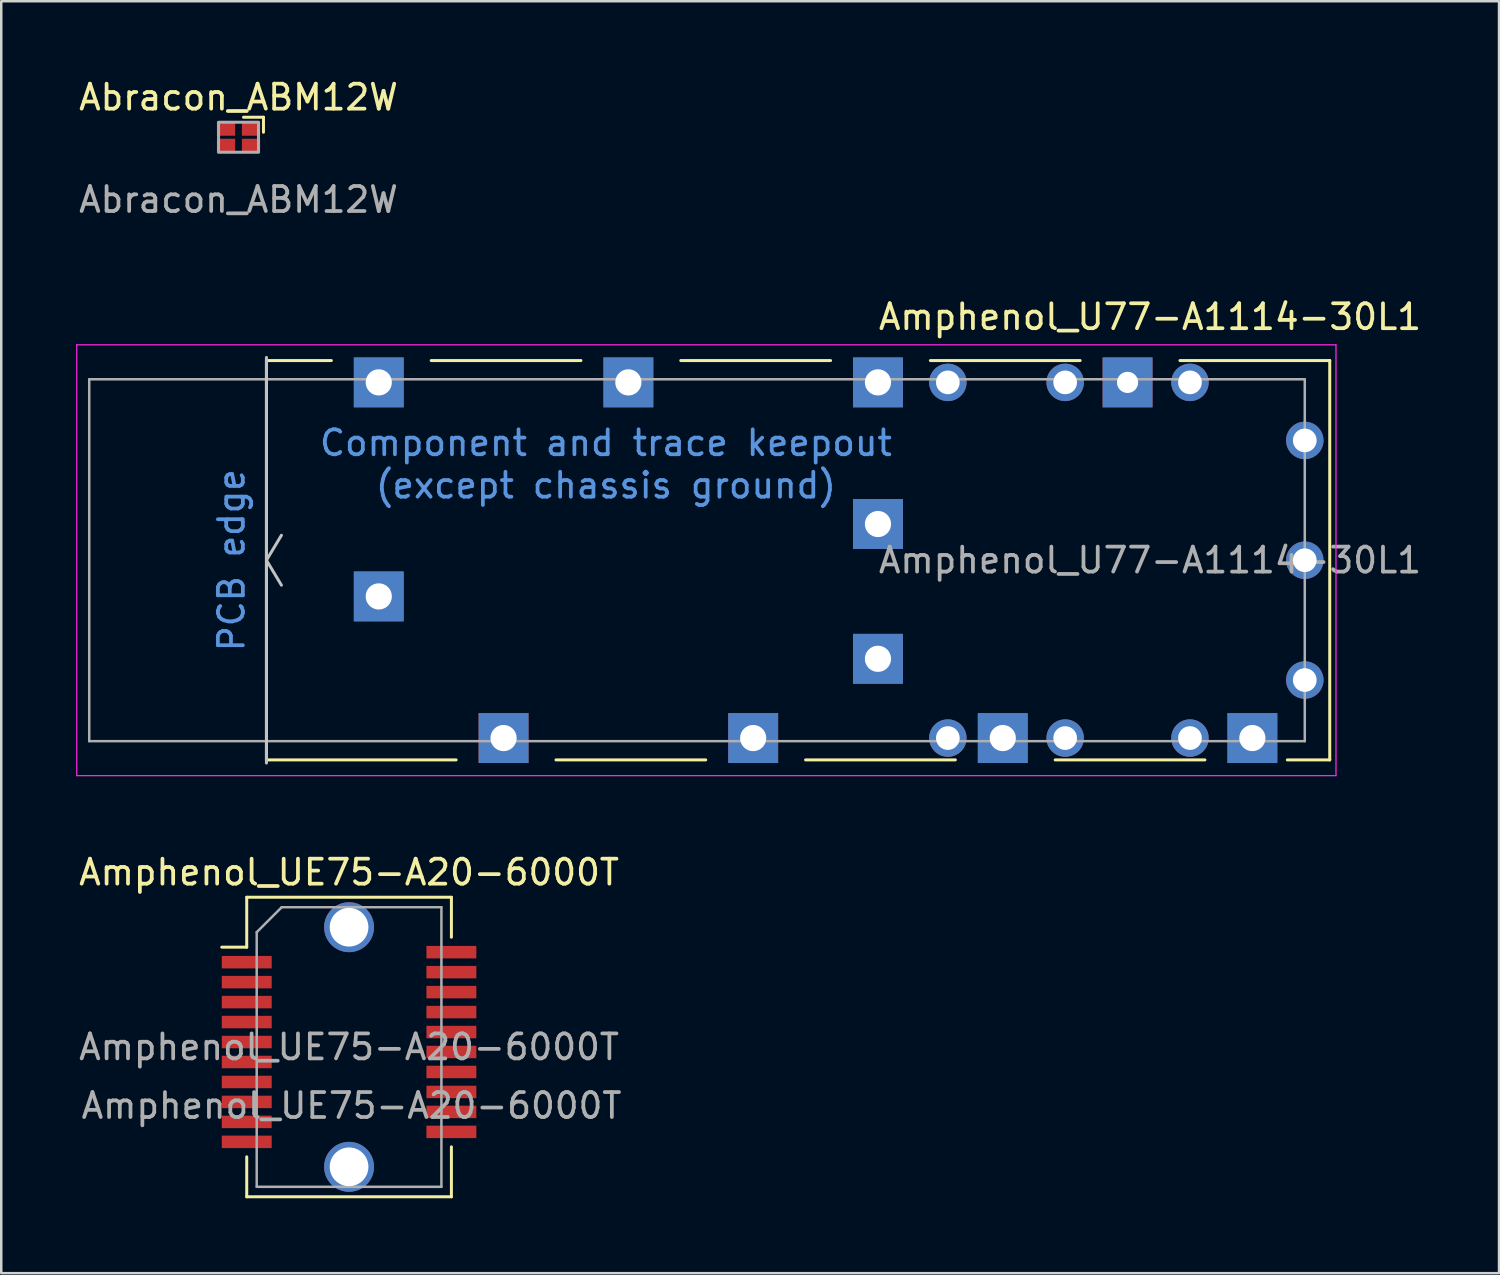
<source format=kicad_pcb>
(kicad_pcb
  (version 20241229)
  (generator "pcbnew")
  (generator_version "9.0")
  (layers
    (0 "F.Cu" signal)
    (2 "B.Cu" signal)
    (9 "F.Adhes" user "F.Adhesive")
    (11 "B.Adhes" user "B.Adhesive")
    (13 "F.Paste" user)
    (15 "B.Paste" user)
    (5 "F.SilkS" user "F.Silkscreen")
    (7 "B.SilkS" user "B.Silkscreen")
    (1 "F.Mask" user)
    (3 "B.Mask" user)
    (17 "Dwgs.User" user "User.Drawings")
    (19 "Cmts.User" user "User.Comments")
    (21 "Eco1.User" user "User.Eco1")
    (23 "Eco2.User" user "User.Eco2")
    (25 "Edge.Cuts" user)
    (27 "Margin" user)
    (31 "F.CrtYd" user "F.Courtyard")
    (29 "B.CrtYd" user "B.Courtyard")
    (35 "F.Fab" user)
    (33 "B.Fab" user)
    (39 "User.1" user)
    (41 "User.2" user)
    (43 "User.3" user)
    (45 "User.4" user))
  (footprint "Amphenol_U77-A1114-30L1"
    (layer "F.Cu")
    (at 43.025 19.395)
    (property "Reference" "Amphenol_U77-A1114-30L1" (at 0 -9.75 0) (unlocked yes) (layer "F.SilkS") (effects (font (size 1 1) (thickness 0.15))))
    (attr through_hole)
    (fp_line (start -35.4 8) (end -35.4 -8) (stroke (width 0.12) (type solid)) (layer "F.SilkS"))
    (fp_line (start -32.8 -8) (end -35.4 -8) (stroke (width 0.12) (type solid)) (layer "F.SilkS"))
    (fp_line (start -27.8 8) (end -35.4 8) (stroke (width 0.12) (type solid)) (layer "F.SilkS"))
    (fp_line (start -23.8 8) (end -17.8 8) (stroke (width 0.12) (type solid)) (layer "F.SilkS"))
    (fp_line (start -22.8 -8) (end -28.8 -8) (stroke (width 0.12) (type solid)) (layer "F.SilkS"))
    (fp_line (start -13.8 8) (end -7.8 8) (stroke (width 0.12) (type solid)) (layer "F.SilkS"))
    (fp_line (start -12.8 -8) (end -18.8 -8) (stroke (width 0.12) (type solid)) (layer "F.SilkS"))
    (fp_line (start -3.8 8) (end 2.2 8) (stroke (width 0.12) (type solid)) (layer "F.SilkS"))
    (fp_line (start -2.8 -8) (end -8.8 -8) (stroke (width 0.12) (type solid)) (layer "F.SilkS"))
    (fp_line (start 5.5 8) (end 7.2 8) (stroke (width 0.12) (type solid)) (layer "F.SilkS"))
    (fp_line (start 7.2 -8) (end 1.2 -8) (stroke (width 0.12) (type solid)) (layer "F.SilkS"))
    (fp_line (start 7.2 8) (end 7.2 -8) (stroke (width 0.12) (type solid)) (layer "F.SilkS"))
    (fp_line (start -35.4 0) (end -34.8 -1) (stroke (width 0.12) (type solid)) (layer "Dwgs.User"))
    (fp_line (start -35.4 8.125) (end -35.4 -8.125) (stroke (width 0.12) (type solid)) (layer "Dwgs.User"))
    (fp_line (start -34.8 1) (end -35.4 0) (stroke (width 0.12) (type solid)) (layer "Dwgs.User"))
    (fp_line (start -43 -8.63) (end -43 8.63) (stroke (width 0.05) (type solid)) (layer "F.CrtYd"))
    (fp_line (start -43 -8.63) (end 7.45 -8.63) (stroke (width 0.05) (type solid)) (layer "F.CrtYd"))
    (fp_line (start 7.45 8.63) (end -43 8.63) (stroke (width 0.05) (type solid)) (layer "F.CrtYd"))
    (fp_line (start 7.45 8.63) (end 7.45 -8.63) (stroke (width 0.05) (type solid)) (layer "F.CrtYd"))
    (fp_line (start -42.5 -7.25) (end -42.5 7.25) (stroke (width 0.1) (type solid)) (layer "F.Fab"))
    (fp_line (start 6.2 -7.25) (end -42.5 -7.25) (stroke (width 0.1) (type solid)) (layer "F.Fab"))
    (fp_line (start 6.2 -7.25) (end 6.2 7.25) (stroke (width 0.1) (type solid)) (layer "F.Fab"))
    (fp_line (start 6.2 7.25) (end -42.5 7.25) (stroke (width 0.1) (type solid)) (layer "F.Fab"))
    (fp_text user "PCB edge" (at -36.8 0 90) (layer "Cmts.User") (effects (font (size 1 1) (thickness 0.15))))
    (fp_text user "Component and trace keepout" (at -21.8 -4.7 0) (layer "Cmts.User") (effects (font (size 1 1) (thickness 0.15))))
    (fp_text user "(except chassis ground)" (at -21.8 -3 0) (layer "Cmts.User") (effects (font (size 1 1) (thickness 0.15))))
    (fp_text user "${REFERENCE}" (at 0 0 0) (layer "F.Fab") (effects (font (size 1 1) (thickness 0.15))))
    (pad "1" thru_hole rect (at -30.9 -7.125) (size 2 2) (drill 1.05) (layers "*.Cu" "*.Mask"))
    (pad "1" thru_hole rect (at -30.9 1.45) (size 2 2) (drill 1.05) (layers "*.Cu" "*.Mask"))
    (pad "1" thru_hole rect (at -25.9 7.125) (size 2 2) (drill 1.05) (layers "*.Cu" "*.Mask"))
    (pad "1" thru_hole rect (at -20.9 -7.125) (size 2 2) (drill 1.05) (layers "*.Cu" "*.Mask"))
    (pad "1" thru_hole rect (at -15.9 7.125) (size 2 2) (drill 1.05) (layers "*.Cu" "*.Mask"))
    (pad "1" thru_hole rect (at -10.9 -7.125) (size 2 2) (drill 1.05) (layers "*.Cu" "*.Mask"))
    (pad "1" thru_hole rect (at -10.9 -1.45) (size 2 2) (drill 1.05) (layers "*.Cu" "*.Mask"))
    (pad "1" thru_hole rect (at -10.9 3.95) (size 2 2) (drill 1.05) (layers "*.Cu" "*.Mask"))
    (pad "1" thru_hole circle (at -8.1 -7.125) (size 1.5 1.5) (drill 0.95) (layers "*.Cu" "*.Mask"))
    (pad "1" thru_hole circle (at -8.1 7.125) (size 1.5 1.5) (drill 0.95) (layers "*.Cu" "*.Mask"))
    (pad "1" thru_hole rect (at -5.9 7.125) (size 2 2) (drill 1.05) (layers "*.Cu" "*.Mask"))
    (pad "1" thru_hole circle (at -3.4 -7.125) (size 1.5 1.5) (drill 0.95) (layers "*.Cu" "*.Mask"))
    (pad "1" thru_hole circle (at -3.4 7.125) (size 1.5 1.5) (drill 0.95) (layers "*.Cu" "*.Mask"))
    (pad "1" thru_hole rect (at -0.9 -7.125) (size 2 2) (drill 0.85) (layers "*.Cu" "*.Mask"))
    (pad "1" thru_hole circle (at 1.6 -7.125) (size 1.5 1.5) (drill 0.95) (layers "*.Cu" "*.Mask"))
    (pad "1" thru_hole circle (at 1.6 7.125) (size 1.5 1.5) (drill 0.95) (layers "*.Cu" "*.Mask"))
    (pad "1" thru_hole rect (at 4.1 7.125) (size 2 2) (drill 1.05) (layers "*.Cu" "*.Mask"))
    (pad "1" thru_hole circle (at 6.2 -4.8) (size 1.5 1.5) (drill 0.95) (layers "*.Cu" "*.Mask"))
    (pad "1" thru_hole circle (at 6.2 0) (size 1.5 1.5) (drill 0.95) (layers "*.Cu" "*.Mask"))
    (pad "1" thru_hole circle (at 6.2 4.8) (size 1.5 1.5) (drill 0.95) (layers "*.Cu" "*.Mask"))
    (zone (net_name "") (layer "F.Cu") (hatch full 0.508) (connect_pads) (min_thickness 0.254) (filled_areas_thickness no) (keepout (tracks not_allowed) (vias allowed) (pads allowed) (copperpour allowed) (footprints not_allowed)) (placement (enabled no)) (fill) (polygon (pts (xy 49.925 15.795) (xy 48.925 15.795) (xy 48.925 13.295) (xy 34.425 13.295) (xy 34.425 25.495) (xy 48.925 25.495) (xy 48.925 22.495) (xy 49.925 22.495) (xy 49.925 27.52) (xy 7.625 27.52) (xy 7.625 11.27) (xy 49.925 11.27)))))
  (footprint "Abracon_ABM12W"
    (layer "F.Cu")
    (at 6.506 2.448)
    (property "Reference" "Abracon_ABM12W" (at 0 -1.6 0) (unlocked yes) (layer "F.SilkS") (effects (font (size 1 1) (thickness 0.15))))
    (attr smd)
    (fp_line (start 0.2 -0.8) (end 1 -0.8) (stroke (width 0.12) (type default)) (layer "F.SilkS"))
    (fp_line (start 1 -0.8) (end 1 -0.2) (stroke (width 0.12) (type default)) (layer "F.SilkS"))
    (fp_rect (start -0.8 -0.6) (end 0.8 0.6) (stroke (width 0.12) (type default)) (fill no) (layer "F.Fab"))
    (fp_text user "${REFERENCE}" (at 0 2.5 0) (unlocked yes) (layer "F.Fab") (effects (font (size 1 1) (thickness 0.15))))
    (pad "1" smd rect (at 0.5 -0.35) (size 0.73 0.58) (layers "F.Cu" "F.Mask" "F.Paste"))
    (pad "2" smd rect (at -0.5 -0.35) (size 0.73 0.58) (layers "F.Cu" "F.Mask" "F.Paste"))
    (pad "3" smd rect (at -0.5 0.35) (size 0.73 0.58) (layers "F.Cu" "F.Mask" "F.Paste"))
    (pad "4" smd rect (at 0.5 0.35) (size 0.73 0.58) (layers "F.Cu" "F.Mask" "F.Paste")))
  (footprint "Amphenol_UE75-A20-6000T"
    (layer "F.Cu")
    (at 10.935 38.898)
    (property "Reference" "Amphenol_UE75-A20-6000T" (at 0 -7 0) (unlocked yes) (layer "F.SilkS") (effects (font (size 1 1) (thickness 0.15))))
    (attr smd)
    (fp_line (start -4.1 -6) (end -4.1 -4) (stroke (width 0.12) (type solid)) (layer "F.SilkS"))
    (fp_line (start -4.1 -4) (end -5.1 -4) (stroke (width 0.12) (type solid)) (layer "F.SilkS"))
    (fp_line (start -4.1 4.4) (end -4.1 6) (stroke (width 0.12) (type solid)) (layer "F.SilkS"))
    (fp_line (start 4.1 -6) (end -4.1 -6) (stroke (width 0.12) (type solid)) (layer "F.SilkS"))
    (fp_line (start 4.1 -4.4) (end 4.1 -6) (stroke (width 0.12) (type solid)) (layer "F.SilkS"))
    (fp_line (start 4.1 4) (end 4.1 6) (stroke (width 0.12) (type solid)) (layer "F.SilkS"))
    (fp_line (start 4.1 6) (end -4.1 6) (stroke (width 0.12) (type solid)) (layer "F.SilkS"))
    (fp_line (start -3.7 -4.6) (end -3.7 5.6) (stroke (width 0.1) (type solid)) (layer "F.Fab"))
    (fp_line (start -3.7 -4.6) (end -2.7 -5.6) (stroke (width 0.1) (type solid)) (layer "F.Fab"))
    (fp_line (start 3.7 -5.6) (end -2.7 -5.6) (stroke (width 0.1) (type solid)) (layer "F.Fab"))
    (fp_line (start 3.7 -5.6) (end 3.7 5.6) (stroke (width 0.1) (type solid)) (layer "F.Fab"))
    (fp_line (start 3.7 5.6) (end -3.7 5.6) (stroke (width 0.1) (type solid)) (layer "F.Fab"))
    (fp_text user "${REFERENCE}" (at 0 0 0) (layer "F.Fab") (effects (font (size 1 1) (thickness 0.15))))
    (fp_text user "${REFERENCE}" (at 0.1 2.35 0) (unlocked yes) (layer "F.Fab") (effects (font (size 1 1) (thickness 0.15))))
    (pad "" np_thru_hole circle (at 0 -4.8) (size 2 2) (drill 1.55) (layers "*.Cu" "*.Mask"))
    (pad "" np_thru_hole circle (at 0 4.8) (size 2 2) (drill 1.55) (layers "*.Cu" "*.Mask"))
    (pad "1" smd rect (at -4.1 -3.4) (size 2 0.5) (layers "F.Cu" "F.Mask" "F.Paste"))
    (pad "2" smd rect (at -4.1 -2.6) (size 2 0.5) (layers "F.Cu" "F.Mask" "F.Paste"))
    (pad "3" smd rect (at -4.1 -1.8) (size 2 0.5) (layers "F.Cu" "F.Mask" "F.Paste"))
    (pad "4" smd rect (at -4.1 -1) (size 2 0.5) (layers "F.Cu" "F.Mask" "F.Paste"))
    (pad "5" smd rect (at -4.1 -0.2) (size 2 0.5) (layers "F.Cu" "F.Mask" "F.Paste"))
    (pad "6" smd rect (at -4.1 0.6) (size 2 0.5) (layers "F.Cu" "F.Mask" "F.Paste"))
    (pad "7" smd rect (at -4.1 1.4) (size 2 0.5) (layers "F.Cu" "F.Mask" "F.Paste"))
    (pad "8" smd rect (at -4.1 2.2) (size 2 0.5) (layers "F.Cu" "F.Mask" "F.Paste"))
    (pad "9" smd rect (at -4.1 3) (size 2 0.5) (layers "F.Cu" "F.Mask" "F.Paste"))
    (pad "10" smd rect (at -4.1 3.8) (size 2 0.5) (layers "F.Cu" "F.Mask" "F.Paste"))
    (pad "11" smd rect (at 4.1 3.4) (size 2 0.5) (layers "F.Cu" "F.Mask" "F.Paste"))
    (pad "12" smd rect (at 4.1 2.6) (size 2 0.5) (layers "F.Cu" "F.Mask" "F.Paste"))
    (pad "13" smd rect (at 4.1 1.8) (size 2 0.5) (layers "F.Cu" "F.Mask" "F.Paste"))
    (pad "14" smd rect (at 4.1 1) (size 2 0.5) (layers "F.Cu" "F.Mask" "F.Paste"))
    (pad "15" smd rect (at 4.1 0.2) (size 2 0.5) (layers "F.Cu" "F.Mask" "F.Paste"))
    (pad "16" smd rect (at 4.1 -0.6) (size 2 0.5) (layers "F.Cu" "F.Mask" "F.Paste"))
    (pad "17" smd rect (at 4.1 -1.4) (size 2 0.5) (layers "F.Cu" "F.Mask" "F.Paste"))
    (pad "18" smd rect (at 4.1 -2.2) (size 2 0.5) (layers "F.Cu" "F.Mask" "F.Paste"))
    (pad "19" smd rect (at 4.1 -3) (size 2 0.5) (layers "F.Cu" "F.Mask" "F.Paste"))
    (pad "20" smd rect (at 4.1 -3.8) (size 2 0.5) (layers "F.Cu" "F.Mask" "F.Paste")))
  (gr_rect
    (start -3 -3)
    (end 57.007 47.958)
    (stroke (width 0.1) (type default))
    (fill no)
    (layer "Edge.Cuts")))
</source>
